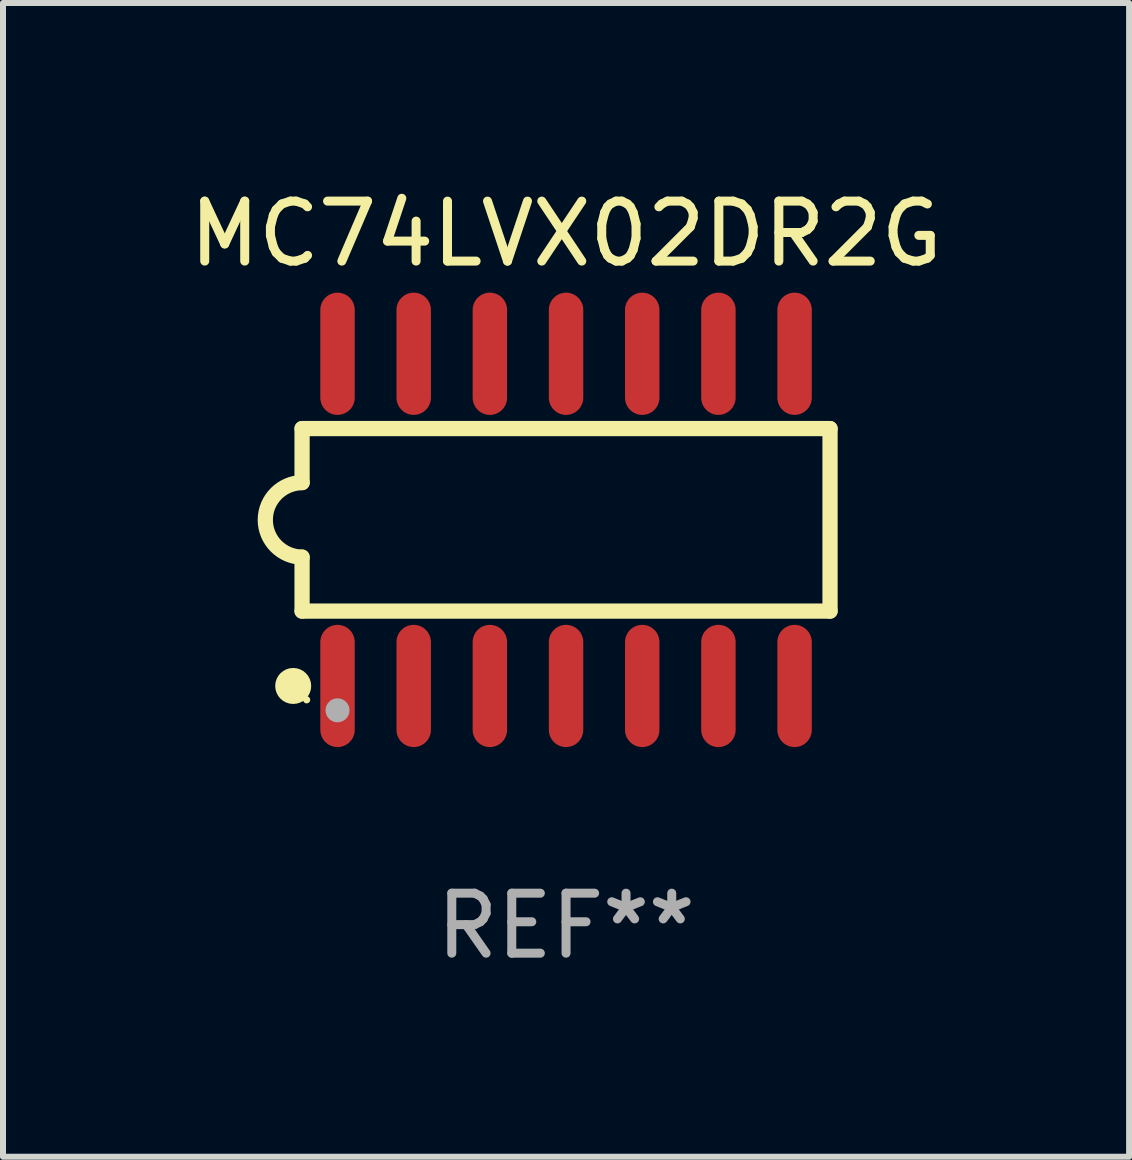
<source format=kicad_pcb>
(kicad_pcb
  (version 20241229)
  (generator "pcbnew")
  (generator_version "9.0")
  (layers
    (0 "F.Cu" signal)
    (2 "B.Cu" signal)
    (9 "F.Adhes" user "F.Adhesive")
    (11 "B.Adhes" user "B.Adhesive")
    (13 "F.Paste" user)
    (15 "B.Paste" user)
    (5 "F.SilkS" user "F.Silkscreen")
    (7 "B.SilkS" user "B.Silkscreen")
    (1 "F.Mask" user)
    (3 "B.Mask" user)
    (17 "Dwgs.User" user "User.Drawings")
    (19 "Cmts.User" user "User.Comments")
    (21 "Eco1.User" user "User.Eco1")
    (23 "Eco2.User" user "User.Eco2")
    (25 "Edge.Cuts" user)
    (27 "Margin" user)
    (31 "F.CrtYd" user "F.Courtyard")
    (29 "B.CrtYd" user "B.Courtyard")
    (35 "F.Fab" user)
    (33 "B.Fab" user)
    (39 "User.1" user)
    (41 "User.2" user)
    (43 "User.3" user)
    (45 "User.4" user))
  (footprint "MC74LVX02DR2G"
    (layer "F.Cu")
    (at 6.387 5.617)
    (property "Reference" "MC74LVX02DR2G" (at 0 -4.769 0) (layer "F.SilkS") (effects (font (size 1 1) (thickness 0.15))))
    (attr through_hole)
    (fp_line (start -4.401 -1.522) (end -4.401 -0.622) (stroke (width 0.254) (type solid)) (layer "F.SilkS"))
    (fp_line (start -4.401 -1.522) (end 4.401 -1.522) (stroke (width 0.254) (type solid)) (layer "F.SilkS"))
    (fp_line (start -4.401 1.521) (end -4.401 0.621) (stroke (width 0.254) (type solid)) (layer "F.SilkS"))
    (fp_line (start 4.401 -1.522) (end 4.401 1.521) (stroke (width 0.254) (type solid)) (layer "F.SilkS"))
    (fp_line (start 4.401 1.521) (end -4.401 1.521) (stroke (width 0.254) (type solid)) (layer "F.SilkS"))
    (fp_arc (start -4.401219 0.621311) (mid -5.021261 -0.000419) (end -4.400101 -0.621032) (stroke (width 0.254001) (type solid)) (layer "F.SilkS"))
    (fp_circle (center -4.549 2.769) (end -4.399 2.769) (stroke (width 0.3) (type solid)) (fill no) (layer "F.SilkS"))
    (fp_circle (center -4.325 3) (end -4.295 3) (stroke (width 0.06) (type solid)) (fill no) (layer "F.SilkS"))
    (fp_circle (center -3.81 3.175) (end -3.71 3.175) (stroke (width 0.2) (type solid)) (fill no) (layer "F.Fab"))
    (fp_text user "REF**" (at 0 6.769 0) (layer "F.Fab") (effects (font (size 1 1) (thickness 0.15))))
    (pad "1" smd oval (at -3.81 2.769) (size 0.574 2.038) (layers "F.Cu" "F.Mask" "F.Paste"))
    (pad "2" smd oval (at -2.54 2.769) (size 0.574 2.038) (layers "F.Cu" "F.Mask" "F.Paste"))
    (pad "3" smd oval (at -1.27 2.769) (size 0.574 2.038) (layers "F.Cu" "F.Mask" "F.Paste"))
    (pad "4" smd oval (at -0.000051 2.769) (size 0.574 2.038) (layers "F.Cu" "F.Mask" "F.Paste"))
    (pad "5" smd oval (at 1.27 2.769) (size 0.574 2.038) (layers "F.Cu" "F.Mask" "F.Paste"))
    (pad "6" smd oval (at 2.54 2.769) (size 0.574 2.038) (layers "F.Cu" "F.Mask" "F.Paste"))
    (pad "7" smd oval (at 3.81 2.769) (size 0.574 2.038) (layers "F.Cu" "F.Mask" "F.Paste"))
    (pad "8" smd oval (at 3.81 -2.769) (size 0.574 2.038) (layers "F.Cu" "F.Mask" "F.Paste"))
    (pad "9" smd oval (at 2.54 -2.769) (size 0.574 2.038) (layers "F.Cu" "F.Mask" "F.Paste"))
    (pad "10" smd oval (at 1.27 -2.769) (size 0.574 2.038) (layers "F.Cu" "F.Mask" "F.Paste"))
    (pad "11" smd oval (at -0.000051 -2.769) (size 0.574 2.038) (layers "F.Cu" "F.Mask" "F.Paste"))
    (pad "12" smd oval (at -1.27 -2.769) (size 0.574 2.038) (layers "F.Cu" "F.Mask" "F.Paste"))
    (pad "13" smd oval (at -2.54 -2.769) (size 0.574 2.038) (layers "F.Cu" "F.Mask" "F.Paste"))
    (pad "14" smd oval (at -3.81 -2.769) (size 0.574 2.038) (layers "F.Cu" "F.Mask" "F.Paste")))
  (gr_rect
    (start -3 -3)
    (end 15.774 16.235)
    (stroke (width 0.1) (type default))
    (fill no)
    (layer "Edge.Cuts")))
</source>
